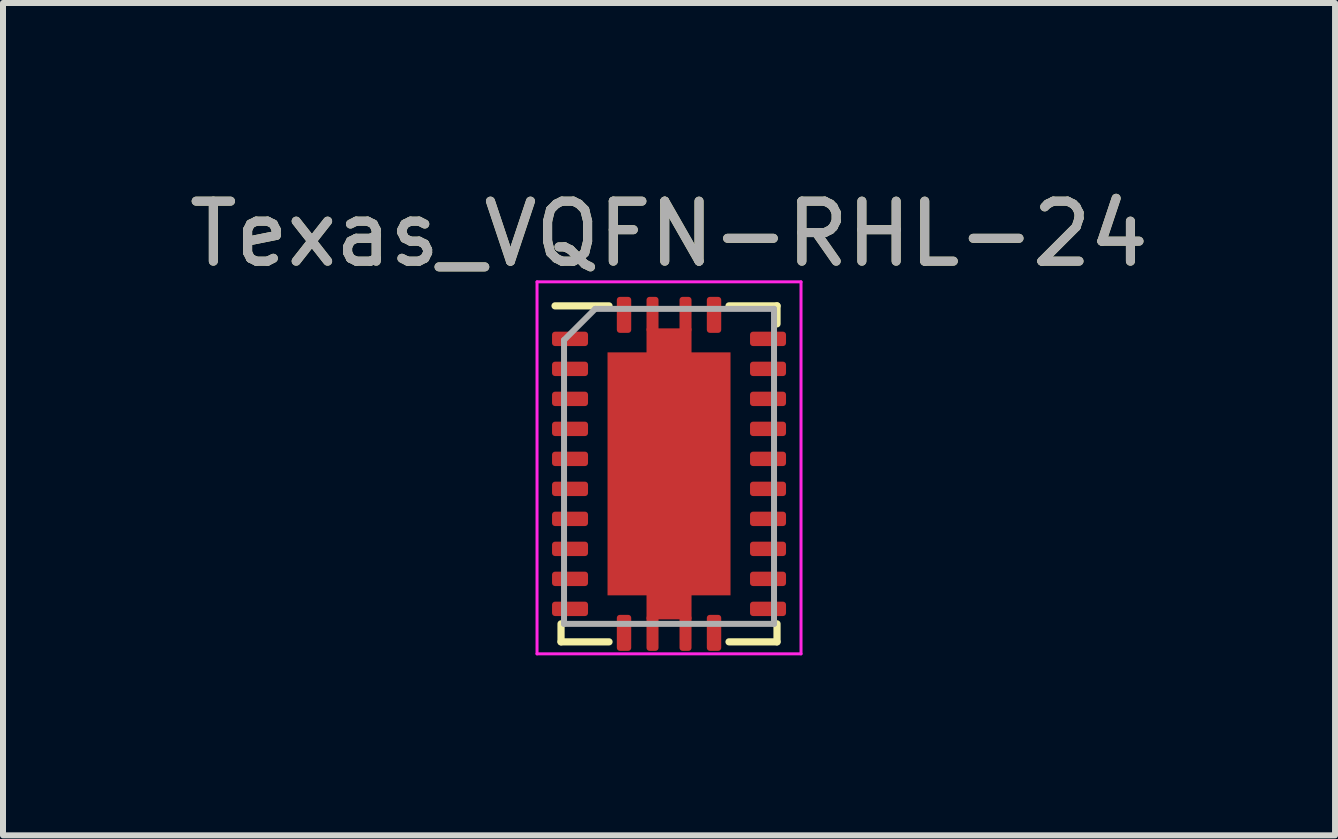
<source format=kicad_pcb>
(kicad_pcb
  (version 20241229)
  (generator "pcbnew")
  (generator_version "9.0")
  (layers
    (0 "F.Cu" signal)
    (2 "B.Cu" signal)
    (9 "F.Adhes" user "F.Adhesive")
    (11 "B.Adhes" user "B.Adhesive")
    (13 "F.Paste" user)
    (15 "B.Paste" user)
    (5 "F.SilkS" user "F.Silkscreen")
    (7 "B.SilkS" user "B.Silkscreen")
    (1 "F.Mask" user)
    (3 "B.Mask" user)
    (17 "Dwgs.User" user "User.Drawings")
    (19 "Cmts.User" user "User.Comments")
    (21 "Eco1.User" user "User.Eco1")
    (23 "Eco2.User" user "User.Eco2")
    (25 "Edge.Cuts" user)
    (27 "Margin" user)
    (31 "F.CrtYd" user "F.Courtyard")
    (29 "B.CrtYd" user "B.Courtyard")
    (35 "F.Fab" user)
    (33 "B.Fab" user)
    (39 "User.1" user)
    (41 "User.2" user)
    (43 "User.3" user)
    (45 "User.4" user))
  (footprint "Texas_VQFN-RHL-24"
    (layer "F.Cu")
    (at 8.101 4.848)
    (property "Reference" "Texas_VQFN-RHL-24" (at 0 -4 0) (layer "F.SilkS") (effects (font (size 1 1) (thickness 0.15))))
    (attr smd)
    (fp_line (start -1.9 -2.8) (end -1 -2.8) (stroke (width 0.12) (type solid)) (layer "F.SilkS"))
    (fp_line (start -1.8 2.5) (end -1.8 2.8) (stroke (width 0.12) (type solid)) (layer "F.SilkS"))
    (fp_line (start -1.8 2.8) (end -1 2.8) (stroke (width 0.12) (type solid)) (layer "F.SilkS"))
    (fp_line (start 1 -2.8) (end 1.8 -2.8) (stroke (width 0.12) (type solid)) (layer "F.SilkS"))
    (fp_line (start 1 2.8) (end 1.8 2.8) (stroke (width 0.12) (type solid)) (layer "F.SilkS"))
    (fp_line (start 1.8 -2.8) (end 1.8 -2.5) (stroke (width 0.12) (type solid)) (layer "F.SilkS"))
    (fp_line (start 1.8 2.5) (end 1.8 2.8) (stroke (width 0.12) (type solid)) (layer "F.SilkS"))
    (fp_line (start -2.2 -3.2) (end -2.2 3) (stroke (width 0.05) (type solid)) (layer "F.CrtYd"))
    (fp_line (start -2.2 -3.2) (end 2.2 -3.2) (stroke (width 0.05) (type solid)) (layer "F.CrtYd"))
    (fp_line (start -2.2 3) (end 2.2 3) (stroke (width 0.05) (type solid)) (layer "F.CrtYd"))
    (fp_line (start 2.2 -3.2) (end 2.2 3) (stroke (width 0.05) (type solid)) (layer "F.CrtYd"))
    (fp_line (start -1.75 -2.23) (end -1.75 2.5) (stroke (width 0.1) (type solid)) (layer "F.Fab"))
    (fp_line (start -1.75 -2.23) (end -1.23 -2.75) (stroke (width 0.1) (type solid)) (layer "F.Fab"))
    (fp_line (start -1.75 2.5) (end 1.75 2.5) (stroke (width 0.1) (type solid)) (layer "F.Fab"))
    (fp_line (start -1.23 -2.75) (end 1.75 -2.75) (stroke (width 0.1) (type solid)) (layer "F.Fab"))
    (fp_line (start 1.75 -2.75) (end 1.75 2.5) (stroke (width 0.1) (type solid)) (layer "F.Fab"))
    (fp_text user "${REFERENCE}" (at 0 -4 0) (layer "F.Fab") (effects (font (size 1 1) (thickness 0.15))))
    (pad "" smd rect (at -0.56 -1.55) (size 0.92 0.85) (layers "F.Paste"))
    (pad "" smd rect (at -0.56 -0.5) (size 0.92 0.85) (layers "F.Paste"))
    (pad "" smd rect (at -0.56 0.55) (size 0.92 0.85) (layers "F.Paste"))
    (pad "" smd rect (at 0 -2.3) (size 0.75 0.25) (layers "F.Paste"))
    (pad "" smd rect (at 0 1.3) (size 0.75 0.25) (layers "F.Paste"))
    (pad "" smd rect (at 0.56 -1.55) (size 0.92 0.85) (layers "F.Paste"))
    (pad "" smd rect (at 0.56 -0.5) (size 0.92 0.85) (layers "F.Paste"))
    (pad "" smd rect (at 0.56 0.55) (size 0.92 0.85) (layers "F.Paste"))
    (pad "1" smd roundrect (at -0.75 -2.65) (size 0.24 0.6) (layers "F.Cu" "F.Mask" "F.Paste") (roundrect_rratio 0.21))
    (pad "2" smd roundrect (at -1.65 -2.25) (size 0.6 0.24) (layers "F.Cu" "F.Mask" "F.Paste") (roundrect_rratio 0.21))
    (pad "3" smd roundrect (at -1.65 -1.75) (size 0.6 0.24) (layers "F.Cu" "F.Mask" "F.Paste") (roundrect_rratio 0.21))
    (pad "4" smd roundrect (at -1.65 -1.25) (size 0.6 0.24) (layers "F.Cu" "F.Mask" "F.Paste") (roundrect_rratio 0.21))
    (pad "5" smd roundrect (at -1.65 -0.75) (size 0.6 0.24) (layers "F.Cu" "F.Mask" "F.Paste") (roundrect_rratio 0.21))
    (pad "6" smd roundrect (at -1.65 -0.25) (size 0.6 0.24) (layers "F.Cu" "F.Mask" "F.Paste") (roundrect_rratio 0.21))
    (pad "7" smd roundrect (at -1.65 0.25) (size 0.6 0.24) (layers "F.Cu" "F.Mask" "F.Paste") (roundrect_rratio 0.21))
    (pad "8" smd roundrect (at -1.65 0.75) (size 0.6 0.24) (layers "F.Cu" "F.Mask" "F.Paste") (roundrect_rratio 0.21))
    (pad "9" smd roundrect (at -1.65 1.25) (size 0.6 0.24) (layers "F.Cu" "F.Mask" "F.Paste") (roundrect_rratio 0.21))
    (pad "10" smd roundrect (at -1.65 1.75) (size 0.6 0.24) (layers "F.Cu" "F.Mask" "F.Paste") (roundrect_rratio 0.21))
    (pad "11" smd roundrect (at -1.65 2.25) (size 0.6 0.24) (layers "F.Cu" "F.Mask" "F.Paste") (roundrect_rratio 0.21))
    (pad "12" smd roundrect (at -0.75 2.65) (size 0.24 0.6) (layers "F.Cu" "F.Mask" "F.Paste") (roundrect_rratio 0.21))
    (pad "13" smd roundrect (at 0.75 2.65) (size 0.24 0.6) (layers "F.Cu" "F.Mask" "F.Paste") (roundrect_rratio 0.21))
    (pad "14" smd roundrect (at 1.65 2.25) (size 0.6 0.24) (layers "F.Cu" "F.Mask" "F.Paste") (roundrect_rratio 0.21))
    (pad "15" smd roundrect (at 1.65 1.75) (size 0.6 0.24) (layers "F.Cu" "F.Mask" "F.Paste") (roundrect_rratio 0.21))
    (pad "16" smd roundrect (at 1.65 1.25) (size 0.6 0.24) (layers "F.Cu" "F.Mask" "F.Paste") (roundrect_rratio 0.21))
    (pad "17" smd roundrect (at 1.65 0.75) (size 0.6 0.24) (layers "F.Cu" "F.Mask" "F.Paste") (roundrect_rratio 0.21))
    (pad "18" smd roundrect (at 1.65 0.25) (size 0.6 0.24) (layers "F.Cu" "F.Mask" "F.Paste") (roundrect_rratio 0.21))
    (pad "19" smd roundrect (at 1.65 -0.25) (size 0.6 0.24) (layers "F.Cu" "F.Mask" "F.Paste") (roundrect_rratio 0.21))
    (pad "20" smd roundrect (at 1.65 -0.75) (size 0.6 0.24) (layers "F.Cu" "F.Mask" "F.Paste") (roundrect_rratio 0.21))
    (pad "21" smd roundrect (at -0.275 -2.65) (size 0.2 0.6) (layers "F.Cu" "F.Mask" "F.Paste") (roundrect_rratio 0.25))
    (pad "21" smd roundrect (at -0.275 2.65) (size 0.2 0.6) (layers "F.Cu" "F.Mask" "F.Paste") (roundrect_rratio 0.25))
    (pad "21" smd custom (at 0 -0.5) (size 1.524 1.524) (layers "F.Cu" "F.Mask") (options (anchor rect)) (primitives (gr_poly (pts (xy 1.025 2.525) (xy 1.025 -1.525) (xy 0.375 -1.525) (xy 0.375 -1.925) (xy -0.375 -1.925) (xy -0.375 -1.525) (xy -1.025 -1.525) (xy -1.025 2.525) (xy -0.375 2.525) (xy -0.375 2.925) (xy 0.375 2.925) (xy 0.375 2.525)) (width 0) (fill yes))))
    (pad "21" smd roundrect (at 0.275 -2.65) (size 0.2 0.6) (layers "F.Cu" "F.Mask" "F.Paste") (roundrect_rratio 0.25))
    (pad "21" smd roundrect (at 0.275 2.65) (size 0.2 0.6) (layers "F.Cu" "F.Mask" "F.Paste") (roundrect_rratio 0.25))
    (pad "21" smd roundrect (at 1.65 -1.25) (size 0.6 0.24) (layers "F.Cu" "F.Mask" "F.Paste") (roundrect_rratio 0.21))
    (pad "22" smd roundrect (at 1.65 -1.75) (size 0.6 0.24) (layers "F.Cu" "F.Mask" "F.Paste") (roundrect_rratio 0.21))
    (pad "23" smd roundrect (at 1.65 -2.25) (size 0.6 0.24) (layers "F.Cu" "F.Mask" "F.Paste") (roundrect_rratio 0.21))
    (pad "24" smd roundrect (at 0.75 -2.65) (size 0.24 0.6) (layers "F.Cu" "F.Mask" "F.Paste") (roundrect_rratio 0.21)))
  (gr_rect
    (start -3 -3)
    (end 19.202 10.873)
    (stroke (width 0.1) (type default))
    (fill no)
    (layer "Edge.Cuts")))
</source>
